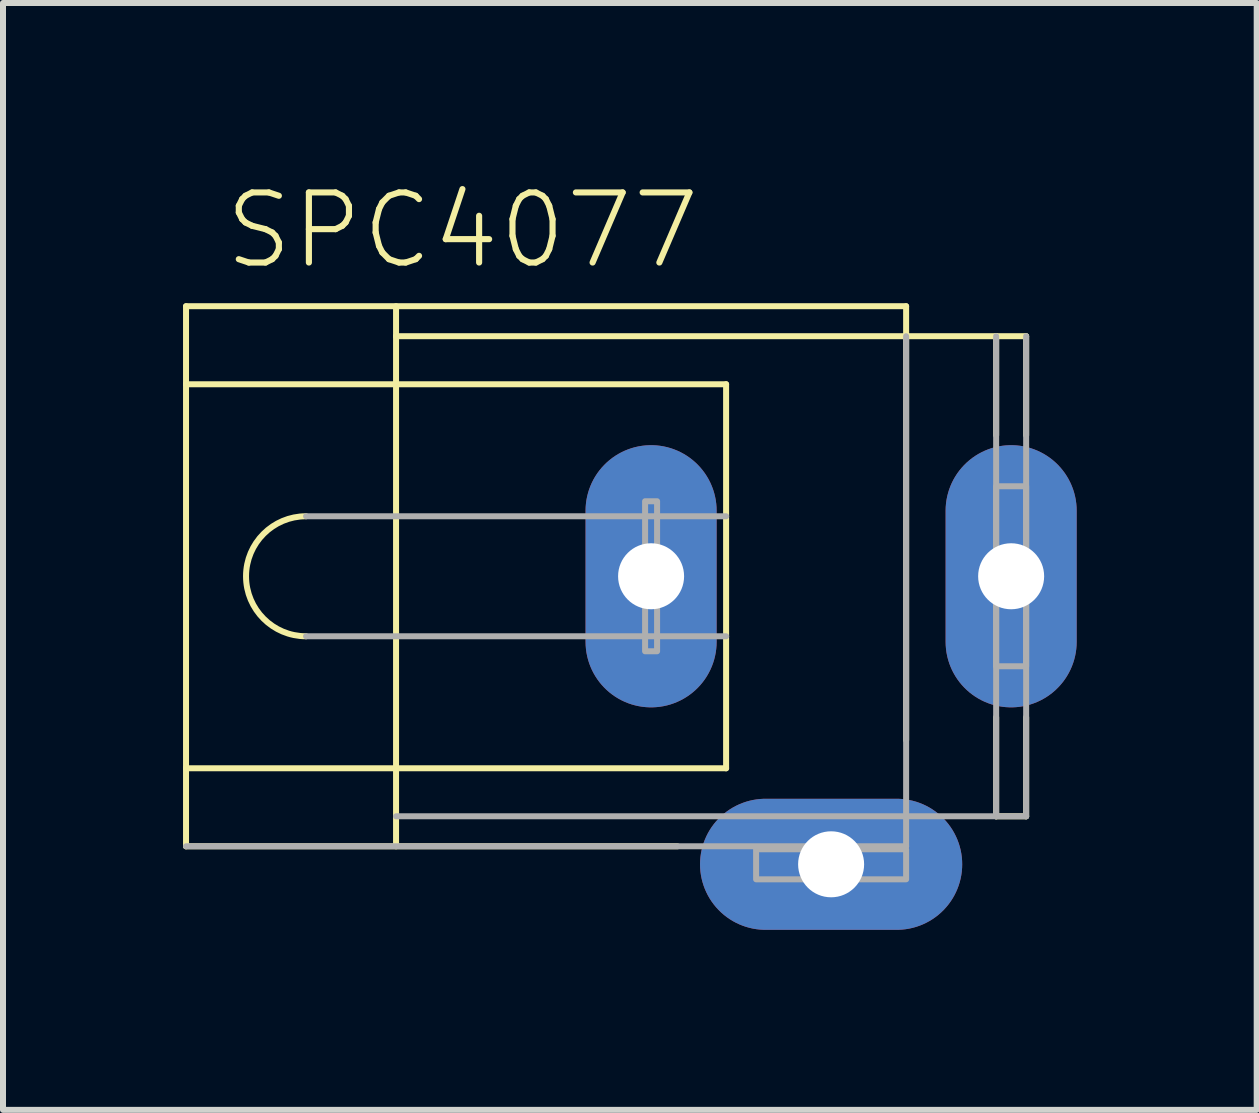
<source format=kicad_pcb>
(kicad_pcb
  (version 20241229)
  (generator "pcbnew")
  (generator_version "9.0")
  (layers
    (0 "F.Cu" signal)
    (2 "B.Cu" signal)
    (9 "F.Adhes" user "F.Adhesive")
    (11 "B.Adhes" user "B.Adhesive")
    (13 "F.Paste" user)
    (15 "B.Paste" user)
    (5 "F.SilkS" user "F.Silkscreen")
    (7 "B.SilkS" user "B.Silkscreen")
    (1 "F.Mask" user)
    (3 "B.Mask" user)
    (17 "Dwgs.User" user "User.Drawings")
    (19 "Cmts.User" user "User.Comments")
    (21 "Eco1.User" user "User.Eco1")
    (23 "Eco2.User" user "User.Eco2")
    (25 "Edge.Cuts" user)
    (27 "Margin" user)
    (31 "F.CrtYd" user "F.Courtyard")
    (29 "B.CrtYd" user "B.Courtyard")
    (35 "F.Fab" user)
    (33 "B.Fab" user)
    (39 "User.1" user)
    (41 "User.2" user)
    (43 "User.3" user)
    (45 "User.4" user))
  (footprint "SPC4077"
    (layer "F.Cu")
    (at 10.8 6.553)
    (property "Reference" "SPC4077" (at -10.16 -5.08 0) (unlocked yes) (layer "F.SilkS") (effects (font (size 1.168 1.168) (thickness 0.102)) (justify left bottom)))
    (fp_line (start -10.75 -4.5) (end 1.25 -4.5) (stroke (width 0.1) (type solid)) (layer "F.SilkS"))
    (fp_line (start -10.75 -3.2) (end -10.75 -4.5) (stroke (width 0.1) (type solid)) (layer "F.SilkS"))
    (fp_line (start -10.75 -3.2) (end -1.75 -3.2) (stroke (width 0.1) (type solid)) (layer "F.SilkS"))
    (fp_line (start -10.75 3.2) (end -10.75 -3.2) (stroke (width 0.1) (type solid)) (layer "F.SilkS"))
    (fp_line (start -10.75 3.2) (end -1.75 3.2) (stroke (width 0.1) (type solid)) (layer "F.SilkS"))
    (fp_line (start -10.75 4.5) (end -10.75 3.2) (stroke (width 0.1) (type solid)) (layer "F.SilkS"))
    (fp_line (start -10.75 4.5) (end -2.56 4.5) (stroke (width 0.1) (type solid)) (layer "F.SilkS"))
    (fp_line (start -7.25 -4) (end -7.25 -4.5) (stroke (width 0.1) (type solid)) (layer "F.SilkS"))
    (fp_line (start -7.25 -4) (end 1.25 -4) (stroke (width 0.1) (type solid)) (layer "F.SilkS"))
    (fp_line (start -7.25 4.5) (end -7.25 -4) (stroke (width 0.1) (type solid)) (layer "F.SilkS"))
    (fp_line (start -1.75 -1) (end -1.75 -3.2) (stroke (width 0.1) (type solid)) (layer "F.SilkS"))
    (fp_line (start -1.75 1) (end -1.75 -1) (stroke (width 0.1) (type solid)) (layer "F.SilkS"))
    (fp_line (start -1.75 3.2) (end -1.75 1) (stroke (width 0.1) (type solid)) (layer "F.SilkS"))
    (fp_line (start 1.25 -4) (end 1.25 -4.5) (stroke (width 0.1) (type solid)) (layer "F.SilkS"))
    (fp_line (start 1.25 -4) (end 2.75 -4) (stroke (width 0.1) (type solid)) (layer "F.SilkS"))
    (fp_line (start 1.25 2.73) (end 1.25 -4) (stroke (width 0.1) (type solid)) (layer "F.SilkS"))
    (fp_line (start 2.75 -4) (end 3.25 -4) (stroke (width 0.1) (type solid)) (layer "F.SilkS"))
    (fp_line (start 2.75 -2.35) (end 2.75 -4) (stroke (width 0.1) (type solid)) (layer "F.SilkS"))
    (fp_line (start 2.75 4) (end 2.75 2.35) (stroke (width 0.1) (type solid)) (layer "F.SilkS"))
    (fp_line (start 2.75 4) (end 3.25 4) (stroke (width 0.1) (type solid)) (layer "F.SilkS"))
    (fp_line (start 3.25 -2.35) (end 3.25 -4) (stroke (width 0.1) (type solid)) (layer "F.SilkS"))
    (fp_line (start 3.25 4) (end 3.25 2.35) (stroke (width 0.1) (type solid)) (layer "F.SilkS"))
    (fp_arc (start -8.75 1) (mid -9.75 0) (end -8.75 -1) (stroke (width 0.1) (type solid)) (layer "F.SilkS"))
    (fp_line (start -10.75 4.5) (end 1.25 4.5) (stroke (width 0.1) (type solid)) (layer "F.Fab"))
    (fp_line (start -8.75 -1) (end -1.75 -1) (stroke (width 0.1) (type solid)) (layer "F.Fab"))
    (fp_line (start -8.75 1) (end -1.75 1) (stroke (width 0.1) (type solid)) (layer "F.Fab"))
    (fp_line (start -7.25 4) (end 1.25 4) (stroke (width 0.1) (type solid)) (layer "F.Fab"))
    (fp_line (start 1.25 4) (end 1.25 -4) (stroke (width 0.1) (type solid)) (layer "F.Fab"))
    (fp_line (start 1.25 4) (end 2.75 4) (stroke (width 0.1) (type solid)) (layer "F.Fab"))
    (fp_line (start 1.25 4.5) (end 1.25 4) (stroke (width 0.1) (type solid)) (layer "F.Fab"))
    (fp_line (start 2.75 4) (end 2.75 -4) (stroke (width 0.1) (type solid)) (layer "F.Fab"))
    (fp_line (start 2.75 4) (end 3.25 4) (stroke (width 0.1) (type solid)) (layer "F.Fab"))
    (fp_line (start 3.25 4) (end 3.25 -4) (stroke (width 0.1) (type solid)) (layer "F.Fab"))
    (fp_poly (pts (xy -3.1 1.25) (xy -2.9 1.25) (xy -2.9 -1.25) (xy -3.1 -1.25)) (stroke (width 0.1) (type default)) (fill no) (layer "F.Fab"))
    (fp_poly (pts (xy -1.25 5.05) (xy 1.25 5.05) (xy 1.25 4.55) (xy -1.25 4.55)) (stroke (width 0.1) (type default)) (fill no) (layer "F.Fab"))
    (fp_poly (pts (xy 2.75 1.5) (xy 3.25 1.5) (xy 3.25 -1.5) (xy 2.75 -1.5)) (stroke (width 0.1) (type default)) (fill no) (layer "F.Fab"))
    (pad "1" thru_hole oval (at -3 0 90) (size 4.369 2.184) (drill 1.1) (layers "*.Cu" "*.Mask"))
    (pad "2" thru_hole oval (at 0 4.8) (size 4.369 2.184) (drill 1.1) (layers "*.Cu" "*.Mask"))
    (pad "3" thru_hole oval (at 3 0 90) (size 4.369 2.184) (drill 1.1) (layers "*.Cu" "*.Mask")))
  (gr_rect
    (start -3 -3)
    (end 17.892 15.445)
    (stroke (width 0.1) (type default))
    (fill no)
    (layer "Edge.Cuts")))
</source>
